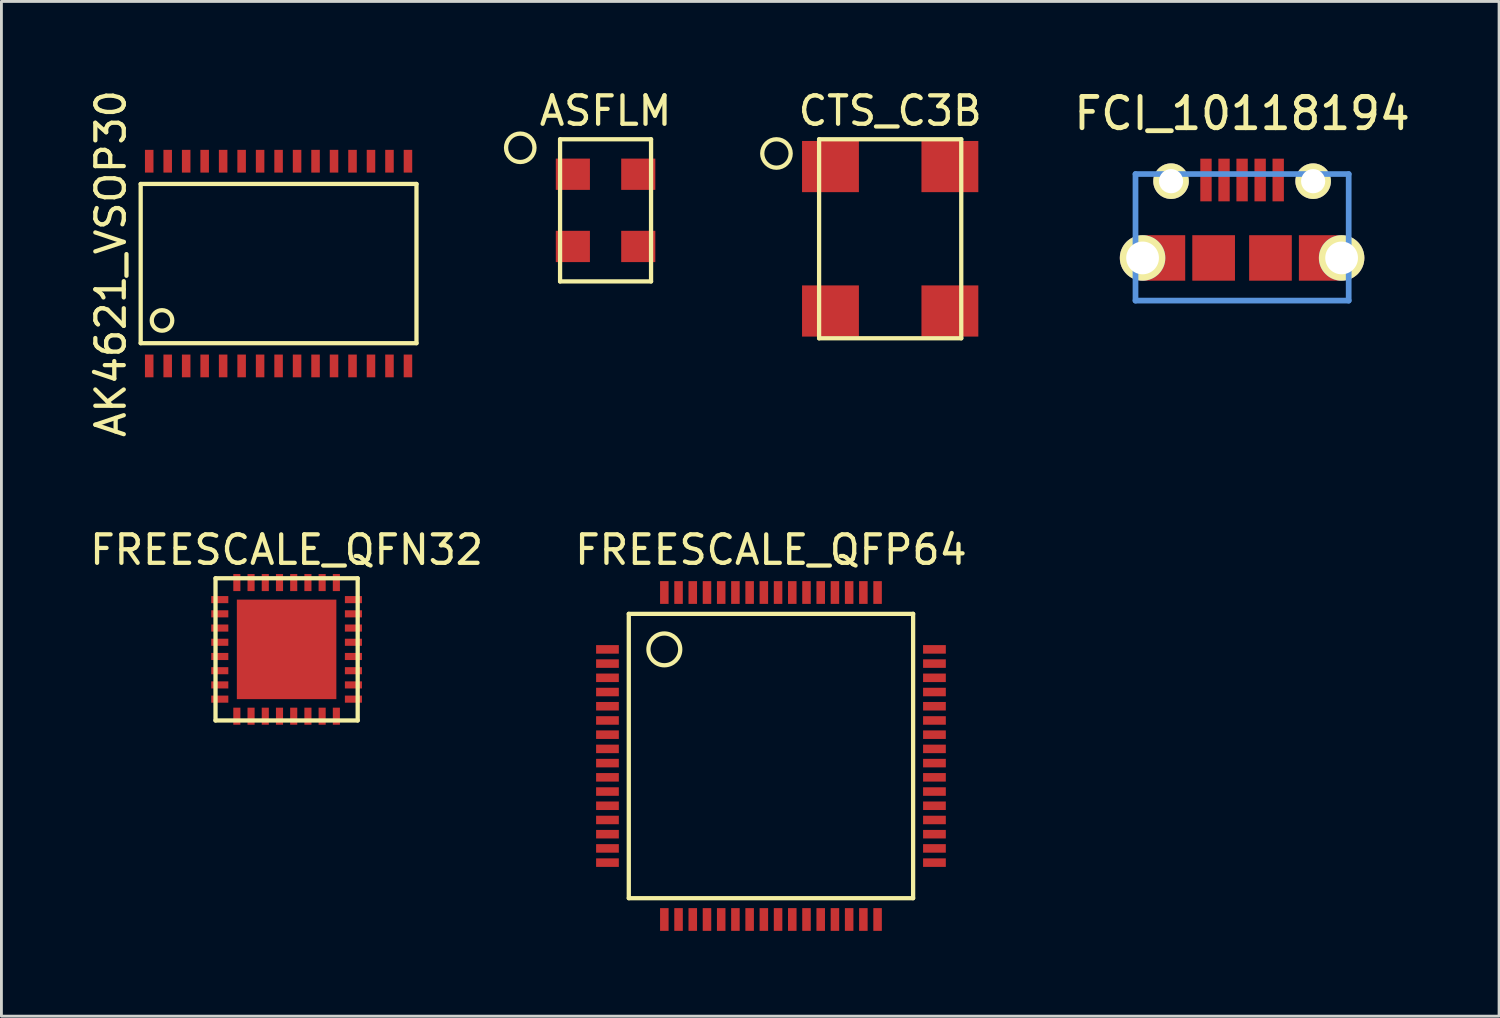
<source format=kicad_pcb>
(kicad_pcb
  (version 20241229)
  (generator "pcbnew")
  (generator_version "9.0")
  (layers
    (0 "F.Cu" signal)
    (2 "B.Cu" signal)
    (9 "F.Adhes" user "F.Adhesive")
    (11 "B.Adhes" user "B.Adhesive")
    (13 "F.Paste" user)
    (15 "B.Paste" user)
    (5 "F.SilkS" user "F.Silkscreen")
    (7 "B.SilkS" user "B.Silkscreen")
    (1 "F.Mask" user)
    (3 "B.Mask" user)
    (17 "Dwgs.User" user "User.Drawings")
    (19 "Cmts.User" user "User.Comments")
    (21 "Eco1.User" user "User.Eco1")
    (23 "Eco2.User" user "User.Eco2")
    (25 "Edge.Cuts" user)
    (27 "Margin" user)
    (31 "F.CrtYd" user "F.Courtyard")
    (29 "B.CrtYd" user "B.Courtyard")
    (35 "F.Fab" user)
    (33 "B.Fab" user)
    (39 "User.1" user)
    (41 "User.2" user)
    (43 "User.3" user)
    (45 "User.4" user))
  (footprint "AK4621_VSOP30"
    (layer "F.Cu")
    (at 6.748 6.22)
    (property "Reference" "AK4621_VSOP30" (at -5.9 0 90) (layer "F.SilkS") (effects (font (size 1 1) (thickness 0.15))))
    (attr through_hole)
    (fp_line (start -4.85 -2.8) (end 4.85 -2.8) (stroke (width 0.15) (type solid)) (layer "F.SilkS"))
    (fp_line (start -4.85 2.8) (end -4.85 -2.8) (stroke (width 0.15) (type solid)) (layer "F.SilkS"))
    (fp_line (start 4.85 -2.8) (end 4.85 2.8) (stroke (width 0.15) (type solid)) (layer "F.SilkS"))
    (fp_line (start 4.85 2.8) (end -4.85 2.8) (stroke (width 0.15) (type solid)) (layer "F.SilkS"))
    (fp_circle (center -4.1 2) (end -3.8 2.2) (stroke (width 0.15) (type solid)) (fill no) (layer "F.SilkS"))
    (pad "1" smd rect (at -4.55 3.6) (size 0.3 0.8) (layers "F.Cu" "F.Mask" "F.Paste"))
    (pad "2" smd rect (at -3.9 3.6) (size 0.3 0.8) (layers "F.Cu" "F.Mask" "F.Paste"))
    (pad "3" smd rect (at -3.25 3.6) (size 0.3 0.8) (layers "F.Cu" "F.Mask" "F.Paste"))
    (pad "4" smd rect (at -2.6 3.6) (size 0.3 0.8) (layers "F.Cu" "F.Mask" "F.Paste"))
    (pad "5" smd rect (at -1.95 3.6) (size 0.3 0.8) (layers "F.Cu" "F.Mask" "F.Paste"))
    (pad "6" smd rect (at -1.3 3.6) (size 0.3 0.8) (layers "F.Cu" "F.Mask" "F.Paste"))
    (pad "7" smd rect (at -0.65 3.6) (size 0.3 0.8) (layers "F.Cu" "F.Mask" "F.Paste"))
    (pad "8" smd rect (at 0 3.6) (size 0.3 0.8) (layers "F.Cu" "F.Mask" "F.Paste"))
    (pad "9" smd rect (at 0.65 3.6) (size 0.3 0.8) (layers "F.Cu" "F.Mask" "F.Paste"))
    (pad "10" smd rect (at 1.3 3.6) (size 0.3 0.8) (layers "F.Cu" "F.Mask" "F.Paste"))
    (pad "11" smd rect (at 1.95 3.6) (size 0.3 0.8) (layers "F.Cu" "F.Mask" "F.Paste"))
    (pad "12" smd rect (at 2.6 3.6) (size 0.3 0.8) (layers "F.Cu" "F.Mask" "F.Paste"))
    (pad "13" smd rect (at 3.25 3.6) (size 0.3 0.8) (layers "F.Cu" "F.Mask" "F.Paste"))
    (pad "14" smd rect (at 3.9 3.6) (size 0.3 0.8) (layers "F.Cu" "F.Mask" "F.Paste"))
    (pad "15" smd rect (at 4.55 3.6) (size 0.3 0.8) (layers "F.Cu" "F.Mask" "F.Paste"))
    (pad "16" smd rect (at 4.55 -3.6) (size 0.3 0.8) (layers "F.Cu" "F.Mask" "F.Paste"))
    (pad "17" smd rect (at 3.9 -3.6) (size 0.3 0.8) (layers "F.Cu" "F.Mask" "F.Paste"))
    (pad "18" smd rect (at 3.25 -3.6) (size 0.3 0.8) (layers "F.Cu" "F.Mask" "F.Paste"))
    (pad "19" smd rect (at 2.6 -3.6) (size 0.3 0.8) (layers "F.Cu" "F.Mask" "F.Paste"))
    (pad "20" smd rect (at 1.95 -3.6) (size 0.3 0.8) (layers "F.Cu" "F.Mask" "F.Paste"))
    (pad "21" smd rect (at 1.3 -3.6) (size 0.3 0.8) (layers "F.Cu" "F.Mask" "F.Paste"))
    (pad "22" smd rect (at 0.65 -3.6) (size 0.3 0.8) (layers "F.Cu" "F.Mask" "F.Paste"))
    (pad "23" smd rect (at 0 -3.6) (size 0.3 0.8) (layers "F.Cu" "F.Mask" "F.Paste"))
    (pad "24" smd rect (at -0.65 -3.6) (size 0.3 0.8) (layers "F.Cu" "F.Mask" "F.Paste"))
    (pad "25" smd rect (at -1.3 -3.6) (size 0.3 0.8) (layers "F.Cu" "F.Mask" "F.Paste"))
    (pad "26" smd rect (at -1.95 -3.6) (size 0.3 0.8) (layers "F.Cu" "F.Mask" "F.Paste"))
    (pad "27" smd rect (at -2.6 -3.6) (size 0.3 0.8) (layers "F.Cu" "F.Mask" "F.Paste"))
    (pad "28" smd rect (at -3.25 -3.6) (size 0.3 0.8) (layers "F.Cu" "F.Mask" "F.Paste"))
    (pad "29" smd rect (at -3.9 -3.6) (size 0.3 0.8) (layers "F.Cu" "F.Mask" "F.Paste"))
    (pad "30" smd rect (at -4.55 -3.6) (size 0.3 0.8) (layers "F.Cu" "F.Mask" "F.Paste")))
  (footprint "CTS_C3B"
    (layer "F.Cu")
    (at 28.258 5.348)
    (property "Reference" "CTS_C3B" (at 0 -4.5 0) (layer "F.SilkS") (effects (font (size 1 1) (thickness 0.15))))
    (attr through_hole)
    (fp_line (start -2.5 -3.5) (end 2.5 -3.5) (stroke (width 0.15) (type solid)) (layer "F.SilkS"))
    (fp_line (start -2.5 3.5) (end -2.5 -3.5) (stroke (width 0.15) (type solid)) (layer "F.SilkS"))
    (fp_line (start 2.5 -3.5) (end 2.5 3.5) (stroke (width 0.15) (type solid)) (layer "F.SilkS"))
    (fp_line (start 2.5 3.5) (end -2.5 3.5) (stroke (width 0.15) (type solid)) (layer "F.SilkS"))
    (fp_circle (center -4 -3) (end -4 -2.5) (stroke (width 0.15) (type solid)) (fill no) (layer "F.SilkS"))
    (pad "1" smd rect (at -2.1 -2.54) (size 2 1.8) (layers "F.Cu" "F.Mask" "F.Paste"))
    (pad "2" smd rect (at -2.1 2.54) (size 2 1.8) (layers "F.Cu" "F.Mask" "F.Paste"))
    (pad "3" smd rect (at 2.1 2.54) (size 2 1.8) (layers "F.Cu" "F.Mask" "F.Paste"))
    (pad "4" smd rect (at 2.1 -2.54) (size 2 1.8) (layers "F.Cu" "F.Mask" "F.Paste")))
  (footprint "ASFLM"
    (layer "F.Cu")
    (at 18.248 4.348)
    (property "Reference" "ASFLM" (at 0 -3.5 0) (layer "F.SilkS") (effects (font (size 1 1) (thickness 0.15))))
    (attr through_hole)
    (fp_line (start -1.6 -2.5) (end -1.6 2.5) (stroke (width 0.15) (type solid)) (layer "F.SilkS"))
    (fp_line (start -1.6 2.5) (end 1.6 2.5) (stroke (width 0.15) (type solid)) (layer "F.SilkS"))
    (fp_line (start 1.6 -2.5) (end -1.6 -2.5) (stroke (width 0.15) (type solid)) (layer "F.SilkS"))
    (fp_line (start 1.6 2.5) (end 1.6 -2.5) (stroke (width 0.15) (type solid)) (layer "F.SilkS"))
    (fp_circle (center -3 -2.2) (end -3 -1.7) (stroke (width 0.15) (type solid)) (fill no) (layer "F.SilkS"))
    (pad "1" smd rect (at -1.15 -1.27) (size 1.2 1.1) (layers "F.Cu" "F.Mask" "F.Paste"))
    (pad "2" smd rect (at -1.15 1.27) (size 1.2 1.1) (layers "F.Cu" "F.Mask" "F.Paste"))
    (pad "3" smd rect (at 1.15 1.27) (size 1.2 1.1) (layers "F.Cu" "F.Mask" "F.Paste"))
    (pad "4" smd rect (at 1.15 -1.27) (size 1.2 1.1) (layers "F.Cu" "F.Mask" "F.Paste")))
  (footprint "FCI_10118194"
    (layer "F.Cu")
    (at 40.635 6.022)
    (property "Reference" "FCI_10118194" (at 0 -5.08 0) (layer "F.SilkS") (effects (font (size 1.1 1.1) (thickness 0.17))))
    (attr through_hole)
    (fp_line (start -3.749 1.501) (end -3.749 -2.949) (stroke (width 0.201) (type solid)) (layer "Cmts.User"))
    (fp_line (start -3.749 1.501) (end 3.749 1.501) (stroke (width 0.201) (type solid)) (layer "Cmts.User"))
    (fp_line (start 3.749 -2.951) (end -3.749 -2.951) (stroke (width 0.201) (type solid)) (layer "Cmts.User"))
    (fp_line (start 3.749 -2.949) (end 3.749 1.501) (stroke (width 0.201) (type solid)) (layer "Cmts.User"))
    (pad "" thru_hole circle (at -3.5 0) (size 1.6 1.6) (drill 1.151) (layers "*.Cu" "F.Mask" "F.SilkS"))
    (pad "" smd rect (at -2.751 0) (size 1.501 1.6) (layers "F.Cu" "F.Mask" "F.Paste"))
    (pad "" thru_hole circle (at -2.499 -2.7) (size 1.25 1.25) (drill 0.851) (layers "*.Cu" "F.Mask" "F.SilkS"))
    (pad "" smd rect (at -1.001 0) (size 1.501 1.6) (layers "F.Cu" "F.Mask" "F.Paste"))
    (pad "" smd rect (at 0.998 0) (size 1.501 1.6) (layers "F.Cu" "F.Mask" "F.Paste"))
    (pad "" thru_hole circle (at 2.499 -2.7) (size 1.25 1.25) (drill 0.851) (layers "*.Cu" "F.Mask" "F.SilkS"))
    (pad "" smd rect (at 2.748 0) (size 1.501 1.6) (layers "F.Cu" "F.Mask" "F.Paste"))
    (pad "" thru_hole circle (at 3.5 0) (size 1.6 1.6) (drill 1.151) (layers "*.Cu" "F.Mask" "F.SilkS"))
    (pad "1" smd rect (at -1.27 -2.741) (size 0.399 1.501) (layers "F.Cu" "F.Mask" "F.Paste"))
    (pad "2" smd rect (at -0.635 -2.741) (size 0.399 1.501) (layers "F.Cu" "F.Mask" "F.Paste"))
    (pad "3" smd rect (at 0 -2.741) (size 0.399 1.501) (layers "F.Cu" "F.Mask" "F.Paste"))
    (pad "4" smd rect (at 0.635 -2.741) (size 0.399 1.501) (layers "F.Cu" "F.Mask" "F.Paste"))
    (pad "5" smd rect (at 1.27 -2.741) (size 0.399 1.501) (layers "F.Cu" "F.Mask" "F.Paste")))
  (footprint "FREESCALE_QFP64"
    (layer "F.Cu")
    (at 24.065 23.539)
    (property "Reference" "FREESCALE_QFP64" (at 0 -7.25 0) (layer "F.SilkS") (effects (font (size 1 1) (thickness 0.15))))
    (attr through_hole)
    (fp_line (start -5 -5) (end 5 -5) (stroke (width 0.15) (type solid)) (layer "F.SilkS"))
    (fp_line (start -5 5) (end -5 -5) (stroke (width 0.15) (type solid)) (layer "F.SilkS"))
    (fp_line (start 5 -5) (end 5 5) (stroke (width 0.15) (type solid)) (layer "F.SilkS"))
    (fp_line (start 5 5) (end -5 5) (stroke (width 0.15) (type solid)) (layer "F.SilkS"))
    (fp_circle (center -3.75 -3.75) (end -3.5 -3.25) (stroke (width 0.15) (type solid)) (fill no) (layer "F.SilkS"))
    (pad "1" smd rect (at -5.75 -3.75) (size 0.8 0.3) (layers "F.Cu" "F.Mask" "F.Paste"))
    (pad "2" smd rect (at -5.75 -3.25) (size 0.8 0.3) (layers "F.Cu" "F.Mask" "F.Paste"))
    (pad "3" smd rect (at -5.75 -2.75) (size 0.8 0.3) (layers "F.Cu" "F.Mask" "F.Paste"))
    (pad "4" smd rect (at -5.75 -2.25) (size 0.8 0.3) (layers "F.Cu" "F.Mask" "F.Paste"))
    (pad "5" smd rect (at -5.75 -1.75) (size 0.8 0.3) (layers "F.Cu" "F.Mask" "F.Paste"))
    (pad "6" smd rect (at -5.75 -1.25) (size 0.8 0.3) (layers "F.Cu" "F.Mask" "F.Paste"))
    (pad "7" smd rect (at -5.75 -0.75) (size 0.8 0.3) (layers "F.Cu" "F.Mask" "F.Paste"))
    (pad "8" smd rect (at -5.75 -0.25) (size 0.8 0.3) (layers "F.Cu" "F.Mask" "F.Paste"))
    (pad "9" smd rect (at -5.75 0.25) (size 0.8 0.3) (layers "F.Cu" "F.Mask" "F.Paste"))
    (pad "10" smd rect (at -5.75 0.75) (size 0.8 0.3) (layers "F.Cu" "F.Mask" "F.Paste"))
    (pad "11" smd rect (at -5.75 1.25) (size 0.8 0.3) (layers "F.Cu" "F.Mask" "F.Paste"))
    (pad "12" smd rect (at -5.75 1.75) (size 0.8 0.3) (layers "F.Cu" "F.Mask" "F.Paste"))
    (pad "13" smd rect (at -5.75 2.25) (size 0.8 0.3) (layers "F.Cu" "F.Mask" "F.Paste"))
    (pad "14" smd rect (at -5.75 2.75) (size 0.8 0.3) (layers "F.Cu" "F.Mask" "F.Paste"))
    (pad "15" smd rect (at -5.75 3.25) (size 0.8 0.3) (layers "F.Cu" "F.Mask" "F.Paste"))
    (pad "16" smd rect (at -5.75 3.75) (size 0.8 0.3) (layers "F.Cu" "F.Mask" "F.Paste"))
    (pad "17" smd rect (at -3.75 5.75 90) (size 0.8 0.3) (layers "F.Cu" "F.Mask" "F.Paste"))
    (pad "18" smd rect (at -3.25 5.75 90) (size 0.8 0.3) (layers "F.Cu" "F.Mask" "F.Paste"))
    (pad "19" smd rect (at -2.75 5.75 90) (size 0.8 0.3) (layers "F.Cu" "F.Mask" "F.Paste"))
    (pad "20" smd rect (at -2.25 5.75 90) (size 0.8 0.3) (layers "F.Cu" "F.Mask" "F.Paste"))
    (pad "21" smd rect (at -1.75 5.75 90) (size 0.8 0.3) (layers "F.Cu" "F.Mask" "F.Paste"))
    (pad "22" smd rect (at -1.25 5.75 90) (size 0.8 0.3) (layers "F.Cu" "F.Mask" "F.Paste"))
    (pad "23" smd rect (at -0.75 5.75 90) (size 0.8 0.3) (layers "F.Cu" "F.Mask" "F.Paste"))
    (pad "24" smd rect (at -0.25 5.75 90) (size 0.8 0.3) (layers "F.Cu" "F.Mask" "F.Paste"))
    (pad "25" smd rect (at 0.25 5.75 90) (size 0.8 0.3) (layers "F.Cu" "F.Mask" "F.Paste"))
    (pad "26" smd rect (at 0.75 5.75 90) (size 0.8 0.3) (layers "F.Cu" "F.Mask" "F.Paste"))
    (pad "27" smd rect (at 1.25 5.75 90) (size 0.8 0.3) (layers "F.Cu" "F.Mask" "F.Paste"))
    (pad "28" smd rect (at 1.75 5.75 90) (size 0.8 0.3) (layers "F.Cu" "F.Mask" "F.Paste"))
    (pad "29" smd rect (at 2.25 5.75 90) (size 0.8 0.3) (layers "F.Cu" "F.Mask" "F.Paste"))
    (pad "30" smd rect (at 2.75 5.75 90) (size 0.8 0.3) (layers "F.Cu" "F.Mask" "F.Paste"))
    (pad "31" smd rect (at 3.25 5.75 90) (size 0.8 0.3) (layers "F.Cu" "F.Mask" "F.Paste"))
    (pad "32" smd rect (at 3.75 5.75 90) (size 0.8 0.3) (layers "F.Cu" "F.Mask" "F.Paste"))
    (pad "33" smd rect (at 5.75 3.75) (size 0.8 0.3) (layers "F.Cu" "F.Mask" "F.Paste"))
    (pad "34" smd rect (at 5.75 3.25) (size 0.8 0.3) (layers "F.Cu" "F.Mask" "F.Paste"))
    (pad "35" smd rect (at 5.75 2.75) (size 0.8 0.3) (layers "F.Cu" "F.Mask" "F.Paste"))
    (pad "36" smd rect (at 5.75 2.25) (size 0.8 0.3) (layers "F.Cu" "F.Mask" "F.Paste"))
    (pad "37" smd rect (at 5.75 1.75) (size 0.8 0.3) (layers "F.Cu" "F.Mask" "F.Paste"))
    (pad "38" smd rect (at 5.75 1.25) (size 0.8 0.3) (layers "F.Cu" "F.Mask" "F.Paste"))
    (pad "39" smd rect (at 5.75 0.75) (size 0.8 0.3) (layers "F.Cu" "F.Mask" "F.Paste"))
    (pad "40" smd rect (at 5.75 0.25) (size 0.8 0.3) (layers "F.Cu" "F.Mask" "F.Paste"))
    (pad "41" smd rect (at 5.75 -0.25) (size 0.8 0.3) (layers "F.Cu" "F.Mask" "F.Paste"))
    (pad "42" smd rect (at 5.75 -0.75) (size 0.8 0.3) (layers "F.Cu" "F.Mask" "F.Paste"))
    (pad "43" smd rect (at 5.75 -1.25) (size 0.8 0.3) (layers "F.Cu" "F.Mask" "F.Paste"))
    (pad "44" smd rect (at 5.75 -1.75) (size 0.8 0.3) (layers "F.Cu" "F.Mask" "F.Paste"))
    (pad "45" smd rect (at 5.75 -2.25) (size 0.8 0.3) (layers "F.Cu" "F.Mask" "F.Paste"))
    (pad "46" smd rect (at 5.75 -2.75) (size 0.8 0.3) (layers "F.Cu" "F.Mask" "F.Paste"))
    (pad "47" smd rect (at 5.75 -3.25) (size 0.8 0.3) (layers "F.Cu" "F.Mask" "F.Paste"))
    (pad "48" smd rect (at 5.75 -3.75) (size 0.8 0.3) (layers "F.Cu" "F.Mask" "F.Paste"))
    (pad "49" smd rect (at 3.75 -5.75 90) (size 0.8 0.3) (layers "F.Cu" "F.Mask" "F.Paste"))
    (pad "50" smd rect (at 3.25 -5.75 90) (size 0.8 0.3) (layers "F.Cu" "F.Mask" "F.Paste"))
    (pad "51" smd rect (at 2.75 -5.75 90) (size 0.8 0.3) (layers "F.Cu" "F.Mask" "F.Paste"))
    (pad "52" smd rect (at 2.25 -5.75 90) (size 0.8 0.3) (layers "F.Cu" "F.Mask" "F.Paste"))
    (pad "53" smd rect (at 1.75 -5.75 90) (size 0.8 0.3) (layers "F.Cu" "F.Mask" "F.Paste"))
    (pad "54" smd rect (at 1.25 -5.75 90) (size 0.8 0.3) (layers "F.Cu" "F.Mask" "F.Paste"))
    (pad "55" smd rect (at 0.75 -5.75 90) (size 0.8 0.3) (layers "F.Cu" "F.Mask" "F.Paste"))
    (pad "56" smd rect (at 0.25 -5.75 90) (size 0.8 0.3) (layers "F.Cu" "F.Mask" "F.Paste"))
    (pad "57" smd rect (at -0.25 -5.75 90) (size 0.8 0.3) (layers "F.Cu" "F.Mask" "F.Paste"))
    (pad "58" smd rect (at -0.75 -5.75 90) (size 0.8 0.3) (layers "F.Cu" "F.Mask" "F.Paste"))
    (pad "59" smd rect (at -1.25 -5.75 90) (size 0.8 0.3) (layers "F.Cu" "F.Mask" "F.Paste"))
    (pad "60" smd rect (at -1.75 -5.75 90) (size 0.8 0.3) (layers "F.Cu" "F.Mask" "F.Paste"))
    (pad "61" smd rect (at -2.25 -5.75 90) (size 0.8 0.3) (layers "F.Cu" "F.Mask" "F.Paste"))
    (pad "62" smd rect (at -2.75 -5.75 90) (size 0.8 0.3) (layers "F.Cu" "F.Mask" "F.Paste"))
    (pad "63" smd rect (at -3.25 -5.75 90) (size 0.8 0.3) (layers "F.Cu" "F.Mask" "F.Paste"))
    (pad "64" smd rect (at -3.75 -5.75 90) (size 0.8 0.3) (layers "F.Cu" "F.Mask" "F.Paste")))
  (footprint "FREESCALE_QFN32"
    (layer "F.Cu")
    (at 7.03 19.789)
    (property "Reference" "FREESCALE_QFN32" (at 0 -3.5 0) (layer "F.SilkS") (effects (font (size 1 1) (thickness 0.15))))
    (attr through_hole)
    (fp_line (start -2.5 -2.5) (end 2.5 -2.5) (stroke (width 0.15) (type solid)) (layer "F.SilkS"))
    (fp_line (start -2.5 2.5) (end -2.5 -2.5) (stroke (width 0.15) (type solid)) (layer "F.SilkS"))
    (fp_line (start 2.5 -2.5) (end 2.5 2.5) (stroke (width 0.15) (type solid)) (layer "F.SilkS"))
    (fp_line (start 2.5 2.5) (end -2.5 2.5) (stroke (width 0.15) (type solid)) (layer "F.SilkS"))
    (pad "1" smd rect (at -2.35 -1.75) (size 0.6 0.25) (layers "F.Cu" "F.Mask" "F.Paste"))
    (pad "2" smd rect (at -2.35 -1.25) (size 0.6 0.25) (layers "F.Cu" "F.Mask" "F.Paste"))
    (pad "3" smd rect (at -2.35 -0.75) (size 0.6 0.25) (layers "F.Cu" "F.Mask" "F.Paste"))
    (pad "4" smd rect (at -2.35 -0.25) (size 0.6 0.25) (layers "F.Cu" "F.Mask" "F.Paste"))
    (pad "5" smd rect (at -2.35 0.25) (size 0.6 0.25) (layers "F.Cu" "F.Mask" "F.Paste"))
    (pad "6" smd rect (at -2.35 0.75) (size 0.6 0.25) (layers "F.Cu" "F.Mask" "F.Paste"))
    (pad "7" smd rect (at -2.35 1.25) (size 0.6 0.25) (layers "F.Cu" "F.Mask" "F.Paste"))
    (pad "8" smd rect (at -2.35 1.75) (size 0.6 0.25) (layers "F.Cu" "F.Mask" "F.Paste"))
    (pad "9" smd rect (at -1.75 2.35 90) (size 0.6 0.25) (layers "F.Cu" "F.Mask" "F.Paste"))
    (pad "10" smd rect (at -1.25 2.35 90) (size 0.6 0.25) (layers "F.Cu" "F.Mask" "F.Paste"))
    (pad "11" smd rect (at -0.75 2.35 90) (size 0.6 0.25) (layers "F.Cu" "F.Mask" "F.Paste"))
    (pad "12" smd rect (at -0.25 2.35 90) (size 0.6 0.25) (layers "F.Cu" "F.Mask" "F.Paste"))
    (pad "13" smd rect (at 0.25 2.35 90) (size 0.6 0.25) (layers "F.Cu" "F.Mask" "F.Paste"))
    (pad "14" smd rect (at 0.75 2.35 90) (size 0.6 0.25) (layers "F.Cu" "F.Mask" "F.Paste"))
    (pad "15" smd rect (at 1.25 2.35 90) (size 0.6 0.25) (layers "F.Cu" "F.Mask" "F.Paste"))
    (pad "16" smd rect (at 1.75 2.35 90) (size 0.6 0.25) (layers "F.Cu" "F.Mask" "F.Paste"))
    (pad "17" smd rect (at 2.35 1.75) (size 0.6 0.25) (layers "F.Cu" "F.Mask" "F.Paste"))
    (pad "18" smd rect (at 2.35 1.25) (size 0.6 0.25) (layers "F.Cu" "F.Mask" "F.Paste"))
    (pad "19" smd rect (at 2.35 0.75) (size 0.6 0.25) (layers "F.Cu" "F.Mask" "F.Paste"))
    (pad "20" smd rect (at 2.35 0.25) (size 0.6 0.25) (layers "F.Cu" "F.Mask" "F.Paste"))
    (pad "21" smd rect (at 2.35 -0.25) (size 0.6 0.25) (layers "F.Cu" "F.Mask" "F.Paste"))
    (pad "22" smd rect (at 2.35 -0.75) (size 0.6 0.25) (layers "F.Cu" "F.Mask" "F.Paste"))
    (pad "23" smd rect (at 2.35 -1.25) (size 0.6 0.25) (layers "F.Cu" "F.Mask" "F.Paste"))
    (pad "24" smd rect (at 2.35 -1.75) (size 0.6 0.25) (layers "F.Cu" "F.Mask" "F.Paste"))
    (pad "25" smd rect (at 1.75 -2.35 90) (size 0.6 0.25) (layers "F.Cu" "F.Mask" "F.Paste"))
    (pad "26" smd rect (at 1.25 -2.35 90) (size 0.6 0.25) (layers "F.Cu" "F.Mask" "F.Paste"))
    (pad "27" smd rect (at 0.75 -2.35 90) (size 0.6 0.25) (layers "F.Cu" "F.Mask" "F.Paste"))
    (pad "28" smd rect (at 0.25 -2.35 90) (size 0.6 0.25) (layers "F.Cu" "F.Mask" "F.Paste"))
    (pad "29" smd rect (at -0.25 -2.35 90) (size 0.6 0.25) (layers "F.Cu" "F.Mask" "F.Paste"))
    (pad "30" smd rect (at -0.75 -2.35 90) (size 0.6 0.25) (layers "F.Cu" "F.Mask" "F.Paste"))
    (pad "31" smd rect (at -1.25 -2.35 90) (size 0.6 0.25) (layers "F.Cu" "F.Mask" "F.Paste"))
    (pad "32" smd rect (at -1.75 -2.35 90) (size 0.6 0.25) (layers "F.Cu" "F.Mask" "F.Paste"))
    (pad "PAD" smd rect (at 0 0) (size 3.5 3.5) (layers "F.Cu" "F.Mask" "F.Paste")))
  (gr_rect
    (start -3 -3)
    (end 49.673 32.689)
    (stroke (width 0.1) (type default))
    (fill no)
    (layer "Edge.Cuts")))
</source>
